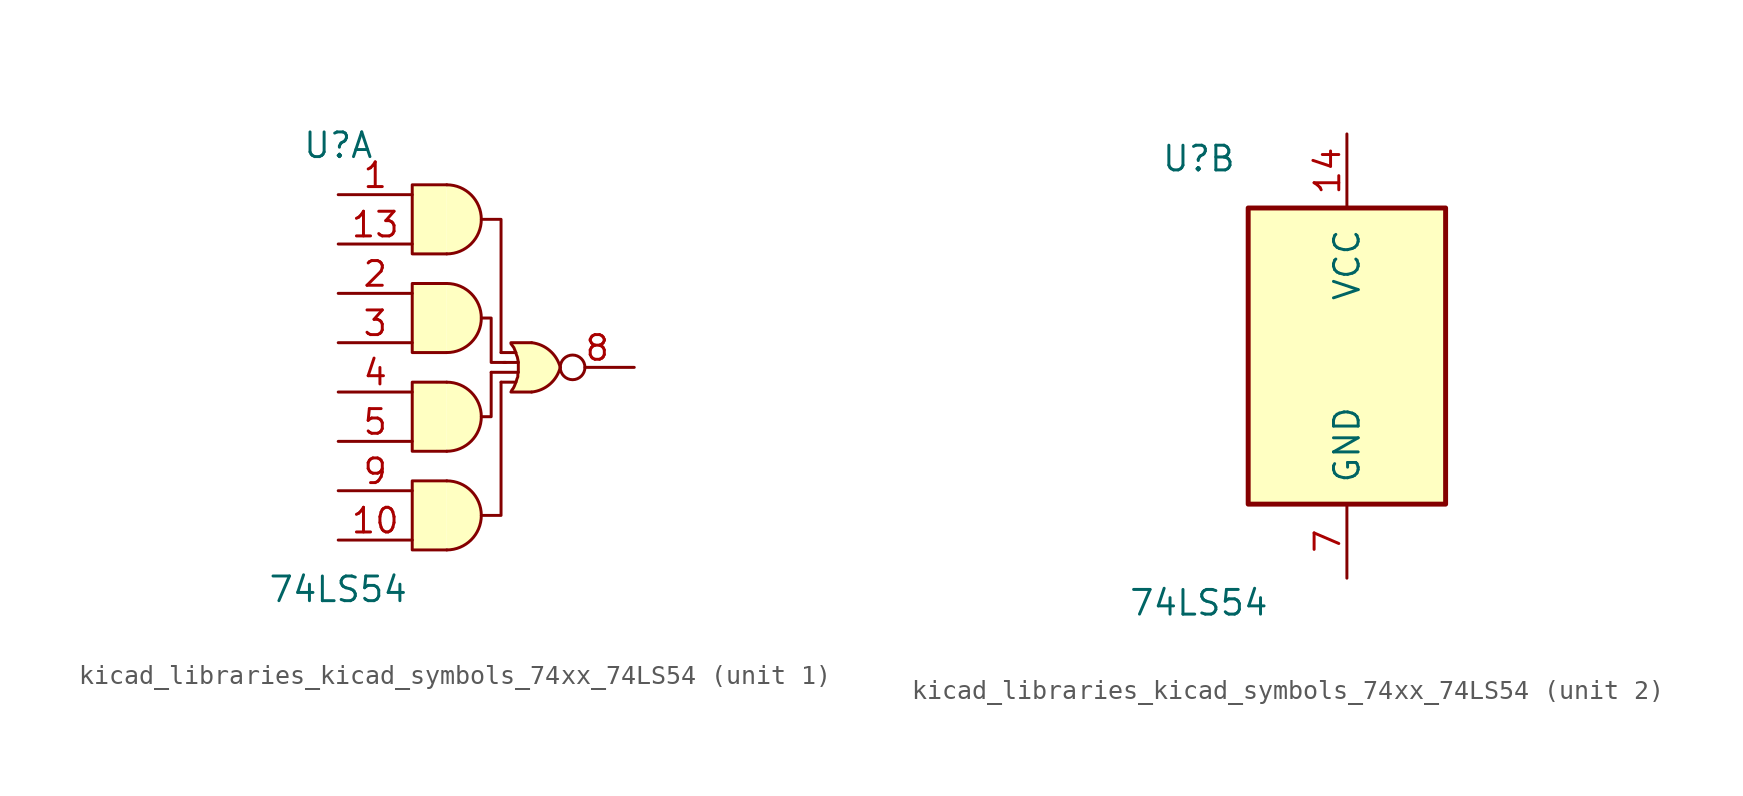
<source format=kicad_sym>
(kicad_symbol_lib
  (version 20220914)
  (generator kicad_symbol_editor)
  (symbol "kicad_libraries_kicad_symbols_74xx_74LS54"
    (pin_names
      (offset 1.016))
    (property "Reference" "U"
      (at -7.62 10.16 0)
      (effects (font (size 1.27 1.27))))
    (property "Value" "74LS54"
      (at -7.62 -12.7 0)
      (effects (font (size 1.27 1.27))))
    (property "ki_locked" ""
      (at 0 0 0)
      (effects (font (size 1.27 1.27))))
    (symbol "kicad_libraries_kicad_symbols_74xx_74LS54_1_0"
      (arc (start -2.032 -10.668) (mid -0.2617 -8.89) (end -2.032 -7.112) (stroke (width 0) (type default)) (fill (type background)))
      (arc (start -2.032 -5.588) (mid -0.2617 -3.81) (end -2.032 -2.032) (stroke (width 0) (type default)) (fill (type background)))
      (arc (start -2.032 -0.508) (mid -0.2617 1.27) (end -2.032 3.048) (stroke (width 0) (type default)) (fill (type background)))
      (arc (start -2.032 4.572) (mid -0.2617 6.35) (end -2.032 8.128) (stroke (width 0) (type default)) (fill (type background)))
      (polyline (pts (xy 0.254 -1.524) (xy 1.651 -1.524)) (stroke (width 0) (type default)) (fill (type none)))
      (polyline (pts (xy 0.762 -2.032) (xy 1.524 -2.032)) (stroke (width 0) (type default)) (fill (type none)))
      (polyline (pts (xy 0.762 -0.508) (xy 1.524 -0.508)) (stroke (width 0) (type default)) (fill (type none)))
      (polyline (pts (xy 1.651 -1.016) (xy 0.889 -1.016)) (stroke (width 0) (type default)) (fill (type none)))
      (polyline (pts (xy -0.254 -3.81) (xy 0.254 -3.81) (xy 0.254 -1.524)) (stroke (width 0) (type default)) (fill (type none)))
      (polyline (pts (xy 0.762 -2.032) (xy 0.762 -8.89) (xy -0.254 -8.89)) (stroke (width 0) (type default)) (fill (type none)))
      (polyline (pts (xy 0.762 -0.508) (xy 0.762 6.35) (xy -0.254 6.35)) (stroke (width 0) (type default)) (fill (type none)))
      (polyline (pts (xy -2.032 -7.112) (xy -3.81 -7.112) (xy -3.81 -10.668) (xy -2.032 -10.668)) (stroke (width 0) (type default)) (fill (type background)))
      (polyline (pts (xy -2.032 -2.032) (xy -3.81 -2.032) (xy -3.81 -5.588) (xy -2.032 -5.588)) (stroke (width 0) (type default)) (fill (type background)))
      (polyline (pts (xy -2.032 3.048) (xy -3.81 3.048) (xy -3.81 -0.508) (xy -2.032 -0.508)) (stroke (width 0) (type default)) (fill (type background)))
      (polyline (pts (xy -2.032 8.128) (xy -3.81 8.128) (xy -3.81 4.572) (xy -2.032 4.572)) (stroke (width 0) (type default)) (fill (type background)))
      (polyline (pts (xy 1.016 -1.016) (xy 0.254 -1.016) (xy 0.254 1.27) (xy -0.254 1.27)) (stroke (width 0) (type default)) (fill (type none)))
      (polyline (pts (xy 2.337 0) (xy 1.27 0) (xy 1.27 0) (xy 1.27 -0.051) (xy 1.346 -0.152) (xy 1.422 -0.254) (xy 1.473 -0.381) (xy 1.524 -0.508) (xy 1.549 -0.61) (xy 1.6 -0.737) (xy 1.626 -0.864) (xy 1.651 -0.991) (xy 1.651 -1.118) (xy 1.651 -1.245) (xy 1.651 -1.372) (xy 1.651 -1.499) (xy 1.626 -1.626) (xy 1.626 -1.753) (xy 1.575 -1.88) (xy 1.549 -1.981) (xy 1.499 -2.108) (xy 1.448 -2.235) (xy 1.397 -2.337) (xy 1.321 -2.438) (xy 1.27 -2.54) (xy 1.27 -2.54) (xy 2.337 -2.54)) (stroke (width 0.152) (type default)) (fill (type background)))
      (arc (start 2.3368 -2.54) (mid 3.2737 -2.1363) (end 3.81 -1.27) (stroke (width 0.1524) (type default)) (fill (type background)))
      (arc (start 3.81 -1.27) (mid 3.2708 -0.4071) (end 2.3368 0) (stroke (width 0.1524) (type default)) (fill (type background)))
      (pin input line (at -7.62 7.62 0) (length 3.81) (name "~" (effects (font (size 1.27 1.27)))) (number "1" (effects (font (size 1.27 1.27)))))
      (pin input line (at -7.62 -10.16 0) (length 3.81) (name "~" (effects (font (size 1.27 1.27)))) (number "10" (effects (font (size 1.27 1.27)))))
      (pin input line (at -7.62 5.08 0) (length 3.81) (name "~" (effects (font (size 1.27 1.27)))) (number "13" (effects (font (size 1.27 1.27)))))
      (pin input line (at -7.62 2.54 0) (length 3.81) (name "~" (effects (font (size 1.27 1.27)))) (number "2" (effects (font (size 1.27 1.27)))))
      (pin input line (at -7.62 0 0) (length 3.81) (name "~" (effects (font (size 1.27 1.27)))) (number "3" (effects (font (size 1.27 1.27)))))
      (pin input line (at -7.62 -2.54 0) (length 3.81) (name "~" (effects (font (size 1.27 1.27)))) (number "4" (effects (font (size 1.27 1.27)))))
      (pin input line (at -7.62 -5.08 0) (length 3.81) (name "~" (effects (font (size 1.27 1.27)))) (number "5" (effects (font (size 1.27 1.27)))))
      (pin output inverted (at 7.62 -1.27 180) (length 3.81) (name "~" (effects (font (size 1.27 1.27)))) (number "8" (effects (font (size 1.27 1.27)))))
      (pin input line (at -7.62 -7.62 0) (length 3.81) (name "~" (effects (font (size 1.27 1.27)))) (number "9" (effects (font (size 1.27 1.27))))))
    (symbol "kicad_libraries_kicad_symbols_74xx_74LS54_2_0"
      (pin power_in line (at 0 11.43 270) (length 3.81) (name "VCC" (effects (font (size 1.27 1.27)))) (number "14" (effects (font (size 1.27 1.27)))))
      (pin power_in line (at 0 -11.43 90) (length 3.81) (name "GND" (effects (font (size 1.27 1.27)))) (number "7" (effects (font (size 1.27 1.27))))))
    (symbol "kicad_libraries_kicad_symbols_74xx_74LS54_2_1"
      (rectangle (start -5.08 7.62) (end 5.08 -7.62) (stroke (width 0.254) (type default)) (fill (type background))))))
</source>
